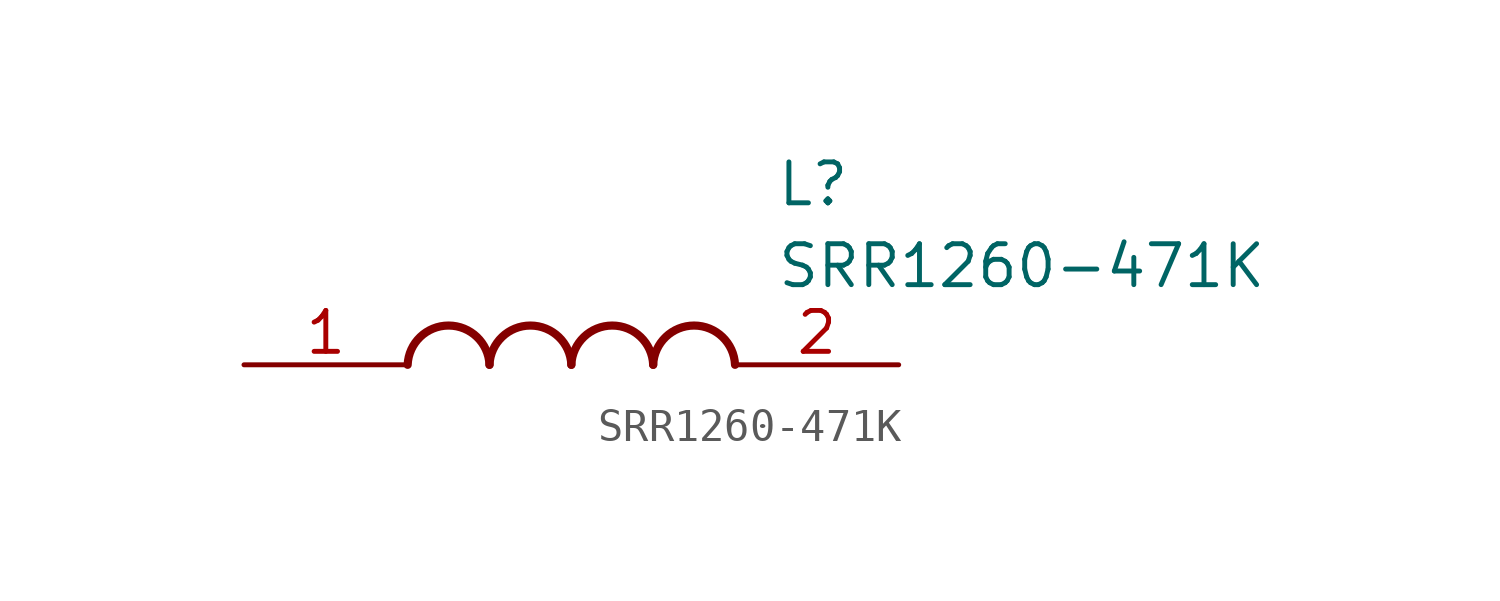
<source format=kicad_sym>
(kicad_symbol_lib
  (version 20211014)
  (generator SamacSys_ECAD_Model)
  (symbol "SRR1260-471K"
    (pin_names hide)
    (property "Reference" "L"
      (at 16.51 6.35 0)
      (effects (font (size 1.27 1.27)) (justify left top)))
    (property "Value" "SRR1260-471K"
      (at 16.51 3.81 0)
      (effects (font (size 1.27 1.27)) (justify left top)))
    (arc
      (start 7.62 0)
      (mid 6.35 1.219)
      (end 5.08 0)
      (stroke (width 0.254) (type default))
      (fill (type none)))
    (arc
      (start 10.16 0)
      (mid 8.89 1.219)
      (end 7.62 0)
      (stroke (width 0.254) (type default))
      (fill (type none)))
    (arc
      (start 12.7 0)
      (mid 11.43 1.219)
      (end 10.16 0)
      (stroke (width 0.254) (type default))
      (fill (type none)))
    (arc
      (start 15.24 0)
      (mid 13.97 1.219)
      (end 12.7 0)
      (stroke (width 0.254) (type default))
      (fill (type none)))
    (pin passive line
      (at 0 0 0)
      (length 5.08)
      (name "1" (effects (font (size 1.27 1.27))))
      (number "1" (effects (font (size 1.27 1.27)))))
    (pin passive line
      (at 20.32 0 180)
      (length 5.08)
      (name "2" (effects (font (size 1.27 1.27))))
      (number "2" (effects (font (size 1.27 1.27)))))))
</source>
